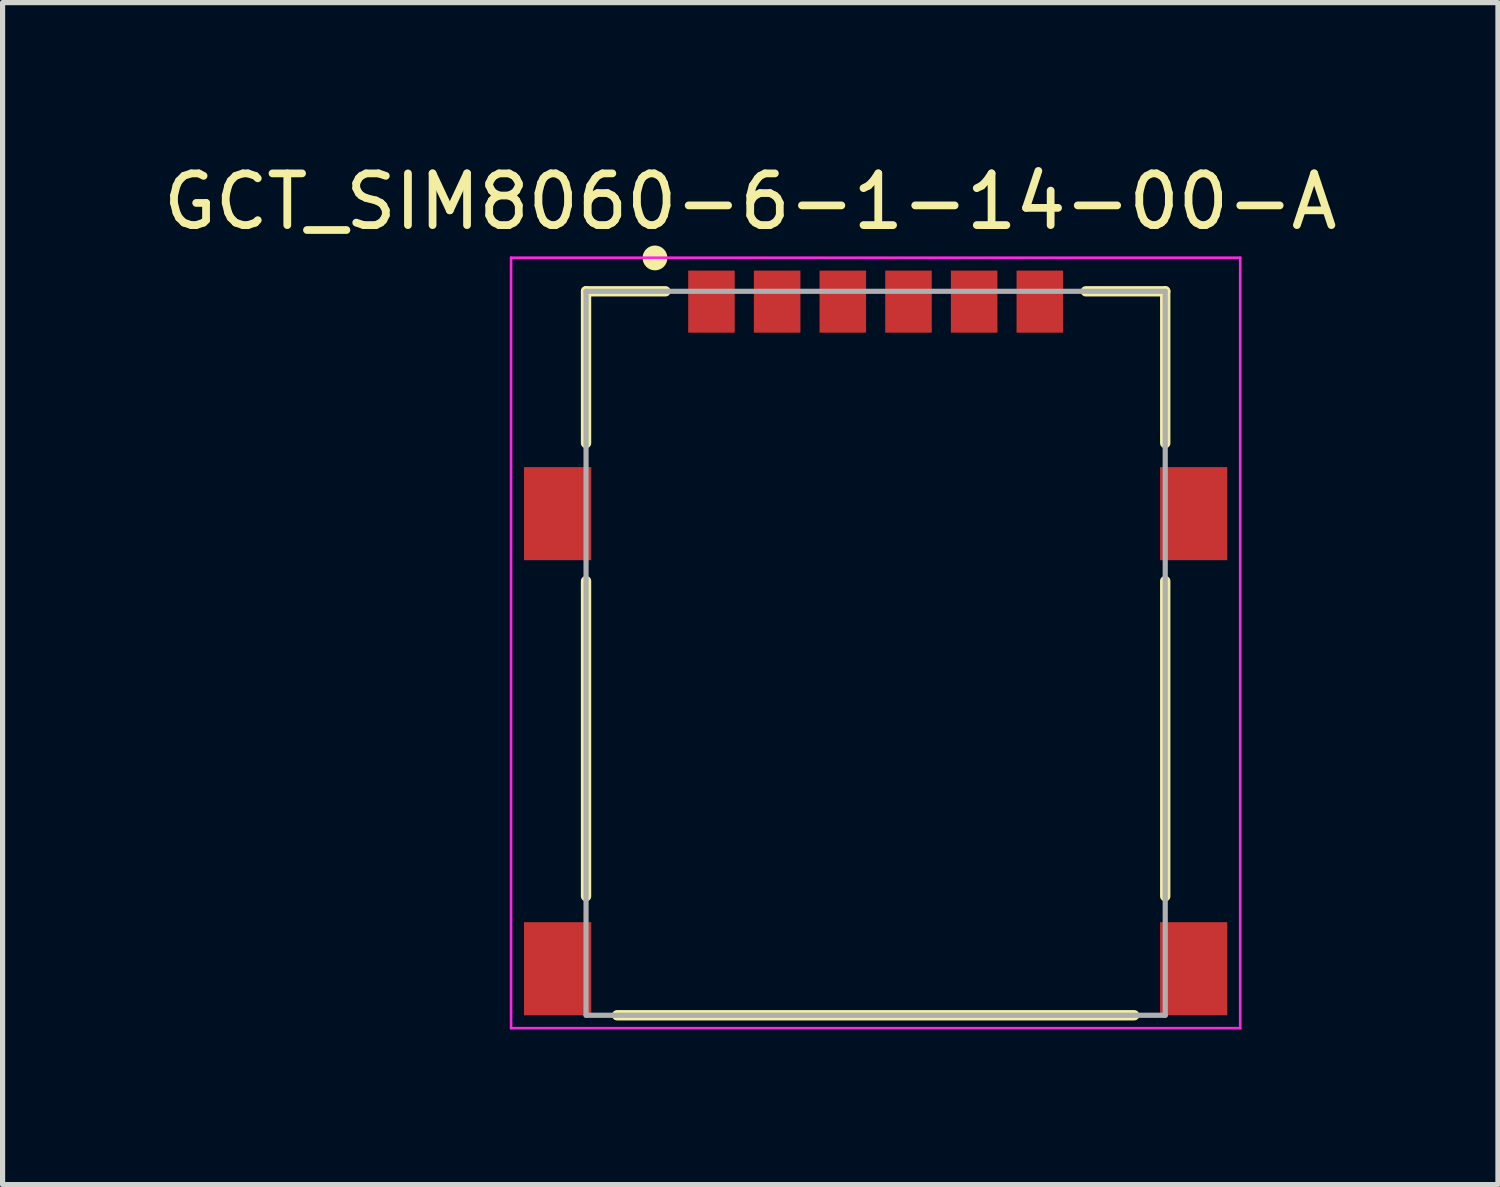
<source format=kicad_pcb>
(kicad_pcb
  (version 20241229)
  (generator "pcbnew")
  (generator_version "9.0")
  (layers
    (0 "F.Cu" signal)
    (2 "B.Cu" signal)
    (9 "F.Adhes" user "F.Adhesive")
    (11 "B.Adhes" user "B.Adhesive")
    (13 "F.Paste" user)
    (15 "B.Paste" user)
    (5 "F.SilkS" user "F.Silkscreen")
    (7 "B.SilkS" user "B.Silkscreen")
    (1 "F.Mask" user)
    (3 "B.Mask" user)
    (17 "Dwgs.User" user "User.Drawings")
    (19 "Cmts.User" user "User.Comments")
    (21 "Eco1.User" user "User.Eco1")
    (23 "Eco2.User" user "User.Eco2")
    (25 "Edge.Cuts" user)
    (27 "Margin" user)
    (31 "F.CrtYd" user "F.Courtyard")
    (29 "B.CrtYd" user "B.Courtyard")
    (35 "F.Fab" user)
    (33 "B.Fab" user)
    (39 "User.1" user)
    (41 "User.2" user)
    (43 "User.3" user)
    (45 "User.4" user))
  (footprint "GCT_SIM8060-6-1-14-00-A"
    (layer "F.Cu")
    (at 13.883 9.583)
    (property "Reference" "GCT_SIM8060-6-1-14-00-A" (at -2.425 -8.735 0) (layer "F.SilkS") (effects (font (size 1 1) (thickness 0.15))))
    (attr smd)
    (fp_line (start -5.6 -7) (end -4.064 -7) (stroke (width 0.2) (type solid)) (layer "F.SilkS"))
    (fp_line (start -5.6 -4.064) (end -5.6 -7) (stroke (width 0.2) (type solid)) (layer "F.SilkS"))
    (fp_line (start -5.6 -1.397) (end -5.6 4.699) (stroke (width 0.2) (type solid)) (layer "F.SilkS"))
    (fp_line (start -5 7) (end 5 7) (stroke (width 0.2) (type solid)) (layer "F.SilkS"))
    (fp_line (start 4.064 -7) (end 5.6 -7) (stroke (width 0.2) (type solid)) (layer "F.SilkS"))
    (fp_line (start 5.6 -7) (end 5.6 -4.064) (stroke (width 0.2) (type solid)) (layer "F.SilkS"))
    (fp_line (start 5.6 4.699) (end 5.6 -1.397) (stroke (width 0.2) (type solid)) (layer "F.SilkS"))
    (fp_circle (center -4.267 -7.645) (end -4.147 -7.645) (stroke (width 0.24) (type solid)) (fill no) (layer "F.SilkS"))
    (fp_line (start -7.05 -7.65) (end 7.05 -7.65) (stroke (width 0.05) (type solid)) (layer "F.CrtYd"))
    (fp_line (start -7.05 7.25) (end -7.05 -7.65) (stroke (width 0.05) (type solid)) (layer "F.CrtYd"))
    (fp_line (start 7.05 -7.65) (end 7.05 7.25) (stroke (width 0.05) (type solid)) (layer "F.CrtYd"))
    (fp_line (start 7.05 7.25) (end -7.05 7.25) (stroke (width 0.05) (type solid)) (layer "F.CrtYd"))
    (fp_line (start -5.6 -7) (end 5.6 -7) (stroke (width 0.1) (type solid)) (layer "F.Fab"))
    (fp_line (start -5.6 7) (end -5.6 -7) (stroke (width 0.1) (type solid)) (layer "F.Fab"))
    (fp_line (start 5.6 -7) (end 5.6 7) (stroke (width 0.1) (type solid)) (layer "F.Fab"))
    (fp_line (start 5.6 7) (end -5.6 7) (stroke (width 0.1) (type solid)) (layer "F.Fab"))
    (pad "C1" smd rect (at -3.175 -6.8) (size 0.9 1.2) (layers "F.Cu" "F.Mask" "F.Paste"))
    (pad "C2" smd rect (at -0.635 -6.8) (size 0.9 1.2) (layers "F.Cu" "F.Mask" "F.Paste"))
    (pad "C3" smd rect (at 1.905 -6.8) (size 0.9 1.2) (layers "F.Cu" "F.Mask" "F.Paste"))
    (pad "C5" smd rect (at -1.905 -6.8) (size 0.9 1.2) (layers "F.Cu" "F.Mask" "F.Paste"))
    (pad "C6" smd rect (at 0.635 -6.8) (size 0.9 1.2) (layers "F.Cu" "F.Mask" "F.Paste"))
    (pad "C7" smd rect (at 3.175 -6.8) (size 0.9 1.2) (layers "F.Cu" "F.Mask" "F.Paste"))
    (pad "S1" smd rect (at -6.15 -2.7) (size 1.3 1.8) (layers "F.Cu" "F.Mask" "F.Paste"))
    (pad "S2" smd rect (at 6.15 -2.7) (size 1.3 1.8) (layers "F.Cu" "F.Mask" "F.Paste"))
    (pad "S3" smd rect (at 6.15 6.1) (size 1.3 1.8) (layers "F.Cu" "F.Mask" "F.Paste"))
    (pad "SW" smd rect (at -6.15 6.1) (size 1.3 1.8) (layers "F.Cu" "F.Mask" "F.Paste"))
    (zone (net_name "") (layer "F.Cu") (hatch full 0.508) (connect_pads) (min_thickness 0.01) (filled_areas_thickness no) (keepout (tracks not_allowed) (vias not_allowed) (pads not_allowed) (copperpour not_allowed) (footprints allowed)) (placement (enabled no)) (fill) (polygon (pts (xy 9.953 12.183) (xy 12.393 12.183) (xy 12.393 15.883) (xy 9.953 15.883))))
    (zone (net_name "") (layer "F.Cu") (hatch full 0.508) (connect_pads) (min_thickness 0.01) (filled_areas_thickness no) (keepout (tracks not_allowed) (vias not_allowed) (pads not_allowed) (copperpour not_allowed) (footprints allowed)) (placement (enabled no)) (fill) (polygon (pts (xy 10.523 5.163) (xy 11.823 5.163) (xy 11.823 8.863) (xy 10.523 8.863))))
    (zone (net_name "") (layer "F.Cu") (hatch full 0.508) (connect_pads) (min_thickness 0.01) (filled_areas_thickness no) (keepout (tracks not_allowed) (vias not_allowed) (pads not_allowed) (copperpour not_allowed) (footprints allowed)) (placement (enabled no)) (fill) (polygon (pts (xy 13.233 5.163) (xy 14.533 5.163) (xy 14.533 8.863) (xy 13.233 8.863))))
    (zone (net_name "") (layer "F.Cu") (hatch full 0.508) (connect_pads) (min_thickness 0.01) (filled_areas_thickness no) (keepout (tracks not_allowed) (vias not_allowed) (pads not_allowed) (copperpour not_allowed) (footprints allowed)) (placement (enabled no)) (fill) (polygon (pts (xy 13.233 12.183) (xy 14.533 12.183) (xy 14.533 15.883) (xy 13.233 15.883))))
    (zone (net_name "") (layer "F.Cu") (hatch full 0.508) (connect_pads) (min_thickness 0.01) (filled_areas_thickness no) (keepout (tracks not_allowed) (vias not_allowed) (pads not_allowed) (copperpour not_allowed) (footprints allowed)) (placement (enabled no)) (fill) (polygon (pts (xy 15.773 5.163) (xy 17.073 5.163) (xy 17.073 8.863) (xy 15.773 8.863))))
    (zone (net_name "") (layer "F.Cu") (hatch full 0.508) (connect_pads) (min_thickness 0.01) (filled_areas_thickness no) (keepout (tracks not_allowed) (vias not_allowed) (pads not_allowed) (copperpour not_allowed) (footprints allowed)) (placement (enabled no)) (fill) (polygon (pts (xy 15.773 12.183) (xy 17.073 12.183) (xy 17.073 15.883) (xy 15.773 15.883))))
    (zone (net_name "") (layers "F.Cu" "B.Cu") (hatch full 0.508) (connect_pads) (min_thickness 0.01) (filled_areas_thickness no) (keepout (tracks allowed) (vias not_allowed) (pads allowed) (copperpour allowed) (footprints allowed)) (placement (enabled no)) (fill) (polygon (pts (xy 9.953 12.183) (xy 12.393 12.183) (xy 12.393 15.883) (xy 9.953 15.883))))
    (zone (net_name "") (layers "F.Cu" "B.Cu") (hatch full 0.508) (connect_pads) (min_thickness 0.01) (filled_areas_thickness no) (keepout (tracks allowed) (vias not_allowed) (pads allowed) (copperpour allowed) (footprints allowed)) (placement (enabled no)) (fill) (polygon (pts (xy 10.523 5.163) (xy 11.823 5.163) (xy 11.823 8.863) (xy 10.523 8.863))))
    (zone (net_name "") (layers "F.Cu" "B.Cu") (hatch full 0.508) (connect_pads) (min_thickness 0.01) (filled_areas_thickness no) (keepout (tracks allowed) (vias not_allowed) (pads allowed) (copperpour allowed) (footprints allowed)) (placement (enabled no)) (fill) (polygon (pts (xy 13.233 5.163) (xy 14.533 5.163) (xy 14.533 8.863) (xy 13.233 8.863))))
    (zone (net_name "") (layers "F.Cu" "B.Cu") (hatch full 0.508) (connect_pads) (min_thickness 0.01) (filled_areas_thickness no) (keepout (tracks allowed) (vias not_allowed) (pads allowed) (copperpour allowed) (footprints allowed)) (placement (enabled no)) (fill) (polygon (pts (xy 13.233 12.183) (xy 14.533 12.183) (xy 14.533 15.883) (xy 13.233 15.883))))
    (zone (net_name "") (layers "F.Cu" "B.Cu") (hatch full 0.508) (connect_pads) (min_thickness 0.01) (filled_areas_thickness no) (keepout (tracks allowed) (vias not_allowed) (pads allowed) (copperpour allowed) (footprints allowed)) (placement (enabled no)) (fill) (polygon (pts (xy 15.773 5.163) (xy 17.073 5.163) (xy 17.073 8.863) (xy 15.773 8.863))))
    (zone (net_name "") (layers "F.Cu" "B.Cu") (hatch full 0.508) (connect_pads) (min_thickness 0.01) (filled_areas_thickness no) (keepout (tracks allowed) (vias not_allowed) (pads allowed) (copperpour allowed) (footprints allowed)) (placement (enabled no)) (fill) (polygon (pts (xy 15.773 12.183) (xy 17.073 12.183) (xy 17.073 15.883) (xy 15.773 15.883)))))
  (gr_rect
    (start -3 -3)
    (end 25.917 19.858)
    (stroke (width 0.1) (type default))
    (fill no)
    (layer "Edge.Cuts")))
</source>
